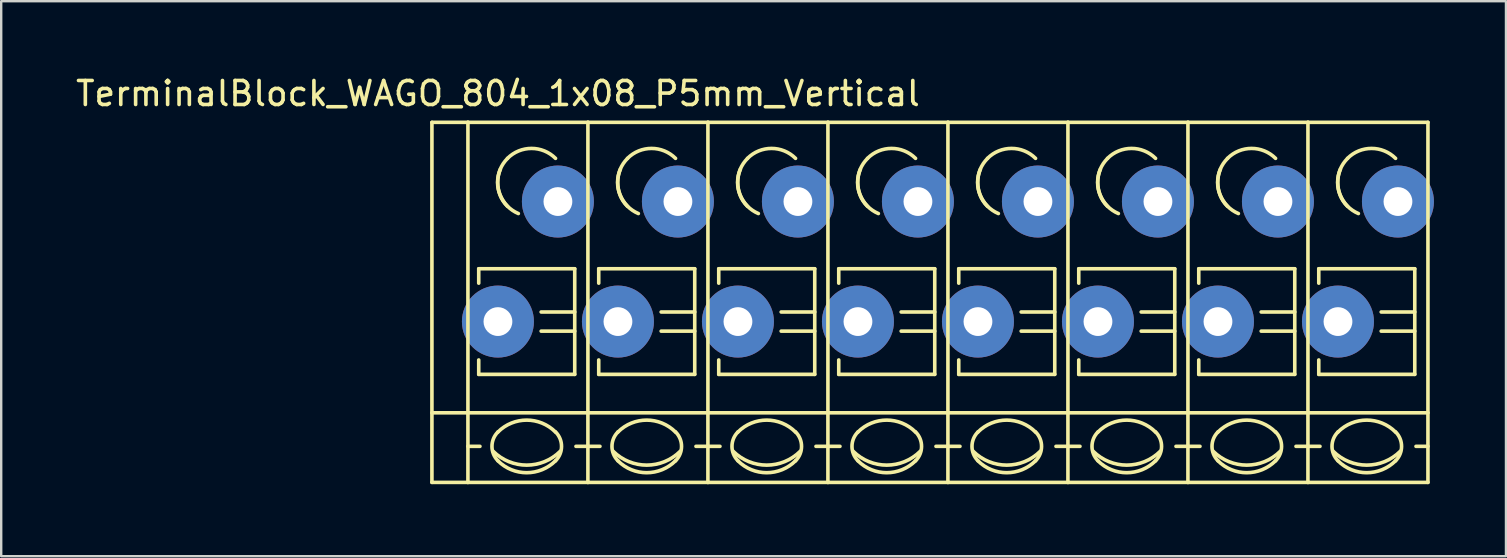
<source format=kicad_pcb>
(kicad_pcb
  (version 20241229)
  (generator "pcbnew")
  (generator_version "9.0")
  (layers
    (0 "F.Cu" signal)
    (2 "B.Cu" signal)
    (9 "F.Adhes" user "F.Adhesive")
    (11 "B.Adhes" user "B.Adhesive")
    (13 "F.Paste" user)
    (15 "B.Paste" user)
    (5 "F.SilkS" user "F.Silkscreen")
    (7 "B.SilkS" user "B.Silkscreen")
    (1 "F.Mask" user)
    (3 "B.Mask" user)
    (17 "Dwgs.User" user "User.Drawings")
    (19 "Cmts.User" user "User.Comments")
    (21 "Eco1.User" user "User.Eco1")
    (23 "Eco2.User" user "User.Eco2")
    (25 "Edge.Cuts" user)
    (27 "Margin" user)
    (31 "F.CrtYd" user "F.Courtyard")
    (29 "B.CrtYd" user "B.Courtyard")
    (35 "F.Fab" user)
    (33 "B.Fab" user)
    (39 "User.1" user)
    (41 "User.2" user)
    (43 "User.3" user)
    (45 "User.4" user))
  (footprint "TerminalBlock_WAGO_804_1x08_P5mm_Vertical"
    (layer "F.Cu")
    (at 17.696 10.348)
    (property "Reference" "TerminalBlock_WAGO_804_1x08_P5mm_Vertical" (at 0 -9.5 0) (layer "F.SilkS") (effects (font (size 1 1) (thickness 0.15))))
    (attr through_hole)
    (fp_line (start -2.75 -8.3) (end -1.25 -8.3) (stroke (width 0.15) (type solid)) (layer "F.SilkS"))
    (fp_line (start -2.75 6.7) (end -2.75 -8.3) (stroke (width 0.15) (type solid)) (layer "F.SilkS"))
    (fp_line (start -1.25 6.7) (end -2.75 6.7) (stroke (width 0.15) (type solid)) (layer "F.SilkS"))
    (fp_line (start -1.25 5.199) (end -0.749 5.199) (stroke (width 0.15) (type solid)) (layer "F.SilkS"))
    (fp_line (start -1.25 6.701) (end -1.25 -8.301) (stroke (width 0.15) (type solid)) (layer "F.SilkS"))
    (fp_line (start -0.8 -2.2) (end -0.8 -1.6) (stroke (width 0.15) (type solid)) (layer "F.SilkS"))
    (fp_line (start -0.8 -2.2) (end 3.2 -2.2) (stroke (width 0.15) (type solid)) (layer "F.SilkS"))
    (fp_line (start -0.8 2.2) (end -0.8 1.6) (stroke (width 0.15) (type solid)) (layer "F.SilkS"))
    (fp_line (start 3.2 -2.2) (end 3.2 2.2) (stroke (width 0.15) (type solid)) (layer "F.SilkS"))
    (fp_line (start 3.2 -0.399) (end 1.801 -0.399) (stroke (width 0.15) (type solid)) (layer "F.SilkS"))
    (fp_line (start 3.2 0.399) (end 1.801 0.399) (stroke (width 0.15) (type solid)) (layer "F.SilkS"))
    (fp_line (start 3.2 2.2) (end -0.8 2.2) (stroke (width 0.15) (type solid)) (layer "F.SilkS"))
    (fp_line (start 3.749 -8.301) (end -1.25 -8.301) (stroke (width 0.15) (type solid)) (layer "F.SilkS"))
    (fp_line (start 3.749 -8.301) (end 3.749 6.701) (stroke (width 0.15) (type solid)) (layer "F.SilkS"))
    (fp_line (start 3.749 5.199) (end 3.251 5.199) (stroke (width 0.15) (type solid)) (layer "F.SilkS"))
    (fp_line (start 3.749 6.701) (end -1.25 6.701) (stroke (width 0.15) (type solid)) (layer "F.SilkS"))
    (fp_line (start 3.75 3.8) (end -2.75 3.8) (stroke (width 0.15) (type solid)) (layer "F.SilkS"))
    (fp_line (start 3.75 3.8) (end 8.75 3.8) (stroke (width 0.15) (type solid)) (layer "F.SilkS"))
    (fp_line (start 3.75 5.199) (end 4.251 5.199) (stroke (width 0.15) (type solid)) (layer "F.SilkS"))
    (fp_line (start 4.2 -2.2) (end 4.2 -1.6) (stroke (width 0.15) (type solid)) (layer "F.SilkS"))
    (fp_line (start 4.2 -2.2) (end 8.2 -2.2) (stroke (width 0.15) (type solid)) (layer "F.SilkS"))
    (fp_line (start 4.2 2.2) (end 4.2 1.6) (stroke (width 0.15) (type solid)) (layer "F.SilkS"))
    (fp_line (start 8.2 -2.2) (end 8.2 2.2) (stroke (width 0.15) (type solid)) (layer "F.SilkS"))
    (fp_line (start 8.2 -0.399) (end 6.801 -0.399) (stroke (width 0.15) (type solid)) (layer "F.SilkS"))
    (fp_line (start 8.2 0.399) (end 6.801 0.399) (stroke (width 0.15) (type solid)) (layer "F.SilkS"))
    (fp_line (start 8.2 2.2) (end 4.2 2.2) (stroke (width 0.15) (type solid)) (layer "F.SilkS"))
    (fp_line (start 8.749 -8.301) (end 3.75 -8.301) (stroke (width 0.15) (type solid)) (layer "F.SilkS"))
    (fp_line (start 8.749 -8.301) (end 8.749 6.701) (stroke (width 0.15) (type solid)) (layer "F.SilkS"))
    (fp_line (start 8.749 5.199) (end 8.251 5.199) (stroke (width 0.15) (type solid)) (layer "F.SilkS"))
    (fp_line (start 8.749 6.701) (end 3.75 6.701) (stroke (width 0.15) (type solid)) (layer "F.SilkS"))
    (fp_line (start 8.75 3.8) (end 13.75 3.8) (stroke (width 0.15) (type solid)) (layer "F.SilkS"))
    (fp_line (start 8.75 5.199) (end 9.251 5.199) (stroke (width 0.15) (type solid)) (layer "F.SilkS"))
    (fp_line (start 9.2 -2.2) (end 9.2 -1.6) (stroke (width 0.15) (type solid)) (layer "F.SilkS"))
    (fp_line (start 9.2 -2.2) (end 13.2 -2.2) (stroke (width 0.15) (type solid)) (layer "F.SilkS"))
    (fp_line (start 9.2 2.2) (end 9.2 1.6) (stroke (width 0.15) (type solid)) (layer "F.SilkS"))
    (fp_line (start 13.2 -2.2) (end 13.2 2.2) (stroke (width 0.15) (type solid)) (layer "F.SilkS"))
    (fp_line (start 13.2 -0.399) (end 11.801 -0.399) (stroke (width 0.15) (type solid)) (layer "F.SilkS"))
    (fp_line (start 13.2 0.399) (end 11.801 0.399) (stroke (width 0.15) (type solid)) (layer "F.SilkS"))
    (fp_line (start 13.2 2.2) (end 9.2 2.2) (stroke (width 0.15) (type solid)) (layer "F.SilkS"))
    (fp_line (start 13.749 -8.301) (end 8.75 -8.301) (stroke (width 0.15) (type solid)) (layer "F.SilkS"))
    (fp_line (start 13.749 -8.301) (end 13.749 6.701) (stroke (width 0.15) (type solid)) (layer "F.SilkS"))
    (fp_line (start 13.749 5.199) (end 13.251 5.199) (stroke (width 0.15) (type solid)) (layer "F.SilkS"))
    (fp_line (start 13.749 6.701) (end 8.75 6.701) (stroke (width 0.15) (type solid)) (layer "F.SilkS"))
    (fp_line (start 13.75 3.8) (end 18.75 3.8) (stroke (width 0.15) (type solid)) (layer "F.SilkS"))
    (fp_line (start 13.75 5.199) (end 14.251 5.199) (stroke (width 0.15) (type solid)) (layer "F.SilkS"))
    (fp_line (start 14.2 -2.2) (end 14.2 -1.6) (stroke (width 0.15) (type solid)) (layer "F.SilkS"))
    (fp_line (start 14.2 -2.2) (end 18.2 -2.2) (stroke (width 0.15) (type solid)) (layer "F.SilkS"))
    (fp_line (start 14.2 2.2) (end 14.2 1.6) (stroke (width 0.15) (type solid)) (layer "F.SilkS"))
    (fp_line (start 18.2 -2.2) (end 18.2 2.2) (stroke (width 0.15) (type solid)) (layer "F.SilkS"))
    (fp_line (start 18.2 -0.399) (end 16.801 -0.399) (stroke (width 0.15) (type solid)) (layer "F.SilkS"))
    (fp_line (start 18.2 0.399) (end 16.801 0.399) (stroke (width 0.15) (type solid)) (layer "F.SilkS"))
    (fp_line (start 18.2 2.2) (end 14.2 2.2) (stroke (width 0.15) (type solid)) (layer "F.SilkS"))
    (fp_line (start 18.749 -8.301) (end 13.75 -8.301) (stroke (width 0.15) (type solid)) (layer "F.SilkS"))
    (fp_line (start 18.749 -8.301) (end 18.749 6.701) (stroke (width 0.15) (type solid)) (layer "F.SilkS"))
    (fp_line (start 18.749 5.199) (end 18.251 5.199) (stroke (width 0.15) (type solid)) (layer "F.SilkS"))
    (fp_line (start 18.749 6.701) (end 13.75 6.701) (stroke (width 0.15) (type solid)) (layer "F.SilkS"))
    (fp_line (start 18.75 3.8) (end 23.75 3.8) (stroke (width 0.15) (type solid)) (layer "F.SilkS"))
    (fp_line (start 18.75 5.199) (end 19.251 5.199) (stroke (width 0.15) (type solid)) (layer "F.SilkS"))
    (fp_line (start 19.2 -2.2) (end 19.2 -1.6) (stroke (width 0.15) (type solid)) (layer "F.SilkS"))
    (fp_line (start 19.2 -2.2) (end 23.2 -2.2) (stroke (width 0.15) (type solid)) (layer "F.SilkS"))
    (fp_line (start 19.2 2.2) (end 19.2 1.6) (stroke (width 0.15) (type solid)) (layer "F.SilkS"))
    (fp_line (start 23.2 -2.2) (end 23.2 2.2) (stroke (width 0.15) (type solid)) (layer "F.SilkS"))
    (fp_line (start 23.2 -0.399) (end 21.801 -0.399) (stroke (width 0.15) (type solid)) (layer "F.SilkS"))
    (fp_line (start 23.2 0.399) (end 21.801 0.399) (stroke (width 0.15) (type solid)) (layer "F.SilkS"))
    (fp_line (start 23.2 2.2) (end 19.2 2.2) (stroke (width 0.15) (type solid)) (layer "F.SilkS"))
    (fp_line (start 23.749 -8.301) (end 18.75 -8.301) (stroke (width 0.15) (type solid)) (layer "F.SilkS"))
    (fp_line (start 23.749 -8.301) (end 23.749 6.701) (stroke (width 0.15) (type solid)) (layer "F.SilkS"))
    (fp_line (start 23.749 5.199) (end 23.251 5.199) (stroke (width 0.15) (type solid)) (layer "F.SilkS"))
    (fp_line (start 23.749 6.701) (end 18.75 6.701) (stroke (width 0.15) (type solid)) (layer "F.SilkS"))
    (fp_line (start 23.75 3.8) (end 28.75 3.8) (stroke (width 0.15) (type solid)) (layer "F.SilkS"))
    (fp_line (start 23.75 5.199) (end 24.251 5.199) (stroke (width 0.15) (type solid)) (layer "F.SilkS"))
    (fp_line (start 24.2 -2.2) (end 24.2 -1.6) (stroke (width 0.15) (type solid)) (layer "F.SilkS"))
    (fp_line (start 24.2 -2.2) (end 28.2 -2.2) (stroke (width 0.15) (type solid)) (layer "F.SilkS"))
    (fp_line (start 24.2 2.2) (end 24.2 1.6) (stroke (width 0.15) (type solid)) (layer "F.SilkS"))
    (fp_line (start 28.2 -2.2) (end 28.2 2.2) (stroke (width 0.15) (type solid)) (layer "F.SilkS"))
    (fp_line (start 28.2 -0.399) (end 26.801 -0.399) (stroke (width 0.15) (type solid)) (layer "F.SilkS"))
    (fp_line (start 28.2 0.399) (end 26.801 0.399) (stroke (width 0.15) (type solid)) (layer "F.SilkS"))
    (fp_line (start 28.2 2.2) (end 24.2 2.2) (stroke (width 0.15) (type solid)) (layer "F.SilkS"))
    (fp_line (start 28.749 -8.301) (end 23.75 -8.301) (stroke (width 0.15) (type solid)) (layer "F.SilkS"))
    (fp_line (start 28.749 -8.301) (end 28.749 6.701) (stroke (width 0.15) (type solid)) (layer "F.SilkS"))
    (fp_line (start 28.749 5.199) (end 28.251 5.199) (stroke (width 0.15) (type solid)) (layer "F.SilkS"))
    (fp_line (start 28.749 6.701) (end 23.75 6.701) (stroke (width 0.15) (type solid)) (layer "F.SilkS"))
    (fp_line (start 28.75 3.8) (end 33.75 3.8) (stroke (width 0.15) (type solid)) (layer "F.SilkS"))
    (fp_line (start 28.75 5.199) (end 29.251 5.199) (stroke (width 0.15) (type solid)) (layer "F.SilkS"))
    (fp_line (start 29.2 -2.2) (end 29.2 -1.6) (stroke (width 0.15) (type solid)) (layer "F.SilkS"))
    (fp_line (start 29.2 -2.2) (end 33.2 -2.2) (stroke (width 0.15) (type solid)) (layer "F.SilkS"))
    (fp_line (start 29.2 2.2) (end 29.2 1.6) (stroke (width 0.15) (type solid)) (layer "F.SilkS"))
    (fp_line (start 33.2 -2.2) (end 33.2 2.2) (stroke (width 0.15) (type solid)) (layer "F.SilkS"))
    (fp_line (start 33.2 -0.399) (end 31.801 -0.399) (stroke (width 0.15) (type solid)) (layer "F.SilkS"))
    (fp_line (start 33.2 0.399) (end 31.801 0.399) (stroke (width 0.15) (type solid)) (layer "F.SilkS"))
    (fp_line (start 33.2 2.2) (end 29.2 2.2) (stroke (width 0.15) (type solid)) (layer "F.SilkS"))
    (fp_line (start 33.749 -8.301) (end 28.75 -8.301) (stroke (width 0.15) (type solid)) (layer "F.SilkS"))
    (fp_line (start 33.749 -8.301) (end 33.749 6.701) (stroke (width 0.15) (type solid)) (layer "F.SilkS"))
    (fp_line (start 33.749 5.199) (end 33.251 5.199) (stroke (width 0.15) (type solid)) (layer "F.SilkS"))
    (fp_line (start 33.749 6.701) (end 28.75 6.701) (stroke (width 0.15) (type solid)) (layer "F.SilkS"))
    (fp_line (start 33.75 3.8) (end 38.75 3.8) (stroke (width 0.15) (type solid)) (layer "F.SilkS"))
    (fp_line (start 33.75 5.199) (end 34.251 5.199) (stroke (width 0.15) (type solid)) (layer "F.SilkS"))
    (fp_line (start 34.2 -2.2) (end 34.2 -1.6) (stroke (width 0.15) (type solid)) (layer "F.SilkS"))
    (fp_line (start 34.2 -2.2) (end 38.2 -2.2) (stroke (width 0.15) (type solid)) (layer "F.SilkS"))
    (fp_line (start 34.2 2.2) (end 34.2 1.6) (stroke (width 0.15) (type solid)) (layer "F.SilkS"))
    (fp_line (start 38.2 -2.2) (end 38.2 2.2) (stroke (width 0.15) (type solid)) (layer "F.SilkS"))
    (fp_line (start 38.2 -0.399) (end 36.801 -0.399) (stroke (width 0.15) (type solid)) (layer "F.SilkS"))
    (fp_line (start 38.2 0.399) (end 36.801 0.399) (stroke (width 0.15) (type solid)) (layer "F.SilkS"))
    (fp_line (start 38.2 2.2) (end 34.2 2.2) (stroke (width 0.15) (type solid)) (layer "F.SilkS"))
    (fp_line (start 38.749 -8.301) (end 33.75 -8.301) (stroke (width 0.15) (type solid)) (layer "F.SilkS"))
    (fp_line (start 38.749 -8.301) (end 38.749 6.701) (stroke (width 0.15) (type solid)) (layer "F.SilkS"))
    (fp_line (start 38.749 5.199) (end 38.251 5.199) (stroke (width 0.15) (type solid)) (layer "F.SilkS"))
    (fp_line (start 38.749 6.701) (end 33.75 6.701) (stroke (width 0.15) (type solid)) (layer "F.SilkS"))
    (fp_arc (start 0 4.60248) (mid 1.19888 4.105888) (end 2.39776 4.60248) (stroke (width 0.15) (type solid)) (layer "F.SilkS"))
    (fp_arc (start 0 5.79882) (mid -0.248296 5.19938) (end 0 4.59994) (stroke (width 0.15) (type solid)) (layer "F.SilkS"))
    (fp_arc (start 0.39878 -6.79958) (mid 1.39954 -7.214108) (end 2.4003 -6.79958) (stroke (width 0.15) (type solid)) (layer "F.SilkS"))
    (fp_arc (start 0.39878 -4.8006) (mid -0.013952 -5.800616) (end 0.40132 -6.79958) (stroke (width 0.15) (type solid)) (layer "F.SilkS"))
    (fp_arc (start 0.8509 -4.50088) (mid 0.093811 -5.268985) (end 0.1016 -6.34746) (stroke (width 0.15) (type solid)) (layer "F.SilkS"))
    (fp_arc (start 2.4003 5.79882) (mid 1.200676 6.297208) (end 0 5.80136) (stroke (width 0.15) (type solid)) (layer "F.SilkS"))
    (fp_arc (start 2.40284 4.59994) (mid 2.650392 5.201176) (end 2.4003 5.80136) (stroke (width 0.15) (type solid)) (layer "F.SilkS"))
    (fp_arc (start 2.60096 5.40004) (mid 1.200676 5.981545) (end -0.20066 5.40258) (stroke (width 0.15) (type solid)) (layer "F.SilkS"))
    (fp_arc (start 5 4.60248) (mid 6.19888 4.105888) (end 7.39776 4.60248) (stroke (width 0.15) (type solid)) (layer "F.SilkS"))
    (fp_arc (start 5 5.79882) (mid 4.751704 5.19938) (end 5 4.59994) (stroke (width 0.15) (type solid)) (layer "F.SilkS"))
    (fp_arc (start 5.39878 -6.79958) (mid 6.39954 -7.214108) (end 7.4003 -6.79958) (stroke (width 0.15) (type solid)) (layer "F.SilkS"))
    (fp_arc (start 5.39878 -4.8006) (mid 4.986048 -5.800616) (end 5.40132 -6.79958) (stroke (width 0.15) (type solid)) (layer "F.SilkS"))
    (fp_arc (start 5.8509 -4.50088) (mid 5.093811 -5.268985) (end 5.1016 -6.34746) (stroke (width 0.15) (type solid)) (layer "F.SilkS"))
    (fp_arc (start 7.4003 5.79882) (mid 6.200676 6.297208) (end 5 5.80136) (stroke (width 0.15) (type solid)) (layer "F.SilkS"))
    (fp_arc (start 7.40284 4.59994) (mid 7.650392 5.201176) (end 7.4003 5.80136) (stroke (width 0.15) (type solid)) (layer "F.SilkS"))
    (fp_arc (start 7.60096 5.40004) (mid 6.200676 5.981545) (end 4.79934 5.40258) (stroke (width 0.15) (type solid)) (layer "F.SilkS"))
    (fp_arc (start 10 4.60248) (mid 11.19888 4.105888) (end 12.39776 4.60248) (stroke (width 0.15) (type solid)) (layer "F.SilkS"))
    (fp_arc (start 10 5.79882) (mid 9.751704 5.19938) (end 10 4.59994) (stroke (width 0.15) (type solid)) (layer "F.SilkS"))
    (fp_arc (start 10.39878 -6.79958) (mid 11.39954 -7.214108) (end 12.4003 -6.79958) (stroke (width 0.15) (type solid)) (layer "F.SilkS"))
    (fp_arc (start 10.39878 -4.8006) (mid 9.986048 -5.800616) (end 10.40132 -6.79958) (stroke (width 0.15) (type solid)) (layer "F.SilkS"))
    (fp_arc (start 10.8509 -4.50088) (mid 10.093811 -5.268985) (end 10.1016 -6.34746) (stroke (width 0.15) (type solid)) (layer "F.SilkS"))
    (fp_arc (start 12.4003 5.79882) (mid 11.200676 6.297208) (end 10 5.80136) (stroke (width 0.15) (type solid)) (layer "F.SilkS"))
    (fp_arc (start 12.40284 4.59994) (mid 12.650392 5.201176) (end 12.4003 5.80136) (stroke (width 0.15) (type solid)) (layer "F.SilkS"))
    (fp_arc (start 12.60096 5.40004) (mid 11.200676 5.981545) (end 9.79934 5.40258) (stroke (width 0.15) (type solid)) (layer "F.SilkS"))
    (fp_arc (start 15 4.60248) (mid 16.19888 4.105888) (end 17.39776 4.60248) (stroke (width 0.15) (type solid)) (layer "F.SilkS"))
    (fp_arc (start 15 5.79882) (mid 14.751704 5.19938) (end 15 4.59994) (stroke (width 0.15) (type solid)) (layer "F.SilkS"))
    (fp_arc (start 15.39878 -6.79958) (mid 16.39954 -7.214108) (end 17.4003 -6.79958) (stroke (width 0.15) (type solid)) (layer "F.SilkS"))
    (fp_arc (start 15.39878 -4.8006) (mid 14.986048 -5.800616) (end 15.40132 -6.79958) (stroke (width 0.15) (type solid)) (layer "F.SilkS"))
    (fp_arc (start 15.8509 -4.50088) (mid 15.093811 -5.268985) (end 15.1016 -6.34746) (stroke (width 0.15) (type solid)) (layer "F.SilkS"))
    (fp_arc (start 17.4003 5.79882) (mid 16.200676 6.297208) (end 15 5.80136) (stroke (width 0.15) (type solid)) (layer "F.SilkS"))
    (fp_arc (start 17.40284 4.59994) (mid 17.650392 5.201176) (end 17.4003 5.80136) (stroke (width 0.15) (type solid)) (layer "F.SilkS"))
    (fp_arc (start 17.60096 5.40004) (mid 16.200676 5.981545) (end 14.79934 5.40258) (stroke (width 0.15) (type solid)) (layer "F.SilkS"))
    (fp_arc (start 20 4.60248) (mid 21.19888 4.105888) (end 22.39776 4.60248) (stroke (width 0.15) (type solid)) (layer "F.SilkS"))
    (fp_arc (start 20 5.79882) (mid 19.751704 5.19938) (end 20 4.59994) (stroke (width 0.15) (type solid)) (layer "F.SilkS"))
    (fp_arc (start 20.39878 -6.79958) (mid 21.39954 -7.214108) (end 22.4003 -6.79958) (stroke (width 0.15) (type solid)) (layer "F.SilkS"))
    (fp_arc (start 20.39878 -4.8006) (mid 19.986048 -5.800616) (end 20.40132 -6.79958) (stroke (width 0.15) (type solid)) (layer "F.SilkS"))
    (fp_arc (start 20.8509 -4.50088) (mid 20.093811 -5.268985) (end 20.1016 -6.34746) (stroke (width 0.15) (type solid)) (layer "F.SilkS"))
    (fp_arc (start 22.4003 5.79882) (mid 21.200676 6.297208) (end 20 5.80136) (stroke (width 0.15) (type solid)) (layer "F.SilkS"))
    (fp_arc (start 22.40284 4.59994) (mid 22.650392 5.201176) (end 22.4003 5.80136) (stroke (width 0.15) (type solid)) (layer "F.SilkS"))
    (fp_arc (start 22.60096 5.40004) (mid 21.200676 5.981545) (end 19.79934 5.40258) (stroke (width 0.15) (type solid)) (layer "F.SilkS"))
    (fp_arc (start 25 4.60248) (mid 26.19888 4.105888) (end 27.39776 4.60248) (stroke (width 0.15) (type solid)) (layer "F.SilkS"))
    (fp_arc (start 25 5.79882) (mid 24.751704 5.19938) (end 25 4.59994) (stroke (width 0.15) (type solid)) (layer "F.SilkS"))
    (fp_arc (start 25.39878 -6.79958) (mid 26.39954 -7.214108) (end 27.4003 -6.79958) (stroke (width 0.15) (type solid)) (layer "F.SilkS"))
    (fp_arc (start 25.39878 -4.8006) (mid 24.986048 -5.800616) (end 25.40132 -6.79958) (stroke (width 0.15) (type solid)) (layer "F.SilkS"))
    (fp_arc (start 25.8509 -4.50088) (mid 25.093811 -5.268985) (end 25.1016 -6.34746) (stroke (width 0.15) (type solid)) (layer "F.SilkS"))
    (fp_arc (start 27.4003 5.79882) (mid 26.200676 6.297208) (end 25 5.80136) (stroke (width 0.15) (type solid)) (layer "F.SilkS"))
    (fp_arc (start 27.40284 4.59994) (mid 27.650392 5.201176) (end 27.4003 5.80136) (stroke (width 0.15) (type solid)) (layer "F.SilkS"))
    (fp_arc (start 27.60096 5.40004) (mid 26.200676 5.981545) (end 24.79934 5.40258) (stroke (width 0.15) (type solid)) (layer "F.SilkS"))
    (fp_arc (start 30 4.60248) (mid 31.19888 4.105888) (end 32.39776 4.60248) (stroke (width 0.15) (type solid)) (layer "F.SilkS"))
    (fp_arc (start 30 5.79882) (mid 29.751704 5.19938) (end 30 4.59994) (stroke (width 0.15) (type solid)) (layer "F.SilkS"))
    (fp_arc (start 30.39878 -6.79958) (mid 31.39954 -7.214108) (end 32.4003 -6.79958) (stroke (width 0.15) (type solid)) (layer "F.SilkS"))
    (fp_arc (start 30.39878 -4.8006) (mid 29.986048 -5.800616) (end 30.40132 -6.79958) (stroke (width 0.15) (type solid)) (layer "F.SilkS"))
    (fp_arc (start 30.8509 -4.50088) (mid 30.093811 -5.268985) (end 30.1016 -6.34746) (stroke (width 0.15) (type solid)) (layer "F.SilkS"))
    (fp_arc (start 32.4003 5.79882) (mid 31.200676 6.297208) (end 30 5.80136) (stroke (width 0.15) (type solid)) (layer "F.SilkS"))
    (fp_arc (start 32.40284 4.59994) (mid 32.650392 5.201176) (end 32.4003 5.80136) (stroke (width 0.15) (type solid)) (layer "F.SilkS"))
    (fp_arc (start 32.60096 5.40004) (mid 31.200676 5.981545) (end 29.79934 5.40258) (stroke (width 0.15) (type solid)) (layer "F.SilkS"))
    (fp_arc (start 35 4.60248) (mid 36.19888 4.105888) (end 37.39776 4.60248) (stroke (width 0.15) (type solid)) (layer "F.SilkS"))
    (fp_arc (start 35 5.79882) (mid 34.751704 5.19938) (end 35 4.59994) (stroke (width 0.15) (type solid)) (layer "F.SilkS"))
    (fp_arc (start 35.39878 -6.79958) (mid 36.39954 -7.214108) (end 37.4003 -6.79958) (stroke (width 0.15) (type solid)) (layer "F.SilkS"))
    (fp_arc (start 35.39878 -4.8006) (mid 34.986048 -5.800616) (end 35.40132 -6.79958) (stroke (width 0.15) (type solid)) (layer "F.SilkS"))
    (fp_arc (start 35.8509 -4.50088) (mid 35.093811 -5.268985) (end 35.1016 -6.34746) (stroke (width 0.15) (type solid)) (layer "F.SilkS"))
    (fp_arc (start 37.4003 5.79882) (mid 36.200676 6.297208) (end 35 5.80136) (stroke (width 0.15) (type solid)) (layer "F.SilkS"))
    (fp_arc (start 37.40284 4.59994) (mid 37.650392 5.201176) (end 37.4003 5.80136) (stroke (width 0.15) (type solid)) (layer "F.SilkS"))
    (fp_arc (start 37.60096 5.40004) (mid 36.200676 5.981545) (end 34.79934 5.40258) (stroke (width 0.15) (type solid)) (layer "F.SilkS"))
    (pad "1" thru_hole circle (at 0 0) (size 3 3) (drill 1.2) (layers "*.Cu" "*.Mask"))
    (pad "1" thru_hole circle (at 2.499 -5.001) (size 3 3) (drill 1.2) (layers "*.Cu" "*.Mask"))
    (pad "2" thru_hole circle (at 5 0) (size 3 3) (drill 1.2) (layers "*.Cu" "*.Mask"))
    (pad "2" thru_hole circle (at 7.499 -5.001) (size 3 3) (drill 1.2) (layers "*.Cu" "*.Mask"))
    (pad "3" thru_hole circle (at 10 0) (size 3 3) (drill 1.2) (layers "*.Cu" "*.Mask"))
    (pad "3" thru_hole circle (at 12.499 -5.001) (size 3 3) (drill 1.2) (layers "*.Cu" "*.Mask"))
    (pad "4" thru_hole circle (at 15 0) (size 3 3) (drill 1.2) (layers "*.Cu" "*.Mask"))
    (pad "4" thru_hole circle (at 17.499 -5.001) (size 3 3) (drill 1.2) (layers "*.Cu" "*.Mask"))
    (pad "5" thru_hole circle (at 20 0) (size 3 3) (drill 1.2) (layers "*.Cu" "*.Mask"))
    (pad "5" thru_hole circle (at 22.499 -5.001) (size 3 3) (drill 1.2) (layers "*.Cu" "*.Mask"))
    (pad "6" thru_hole circle (at 25 0) (size 3 3) (drill 1.2) (layers "*.Cu" "*.Mask"))
    (pad "6" thru_hole circle (at 27.499 -5.001) (size 3 3) (drill 1.2) (layers "*.Cu" "*.Mask"))
    (pad "7" thru_hole circle (at 30 0) (size 3 3) (drill 1.2) (layers "*.Cu" "*.Mask"))
    (pad "7" thru_hole circle (at 32.499 -5.001) (size 3 3) (drill 1.2) (layers "*.Cu" "*.Mask"))
    (pad "8" thru_hole circle (at 35 0) (size 3 3) (drill 1.2) (layers "*.Cu" "*.Mask"))
    (pad "8" thru_hole circle (at 37.499 -5.001) (size 3 3) (drill 1.2) (layers "*.Cu" "*.Mask")))
  (gr_rect
    (start -3 -3)
    (end 59.696 20.124)
    (stroke (width 0.1) (type default))
    (fill no)
    (layer "Edge.Cuts")))
</source>
